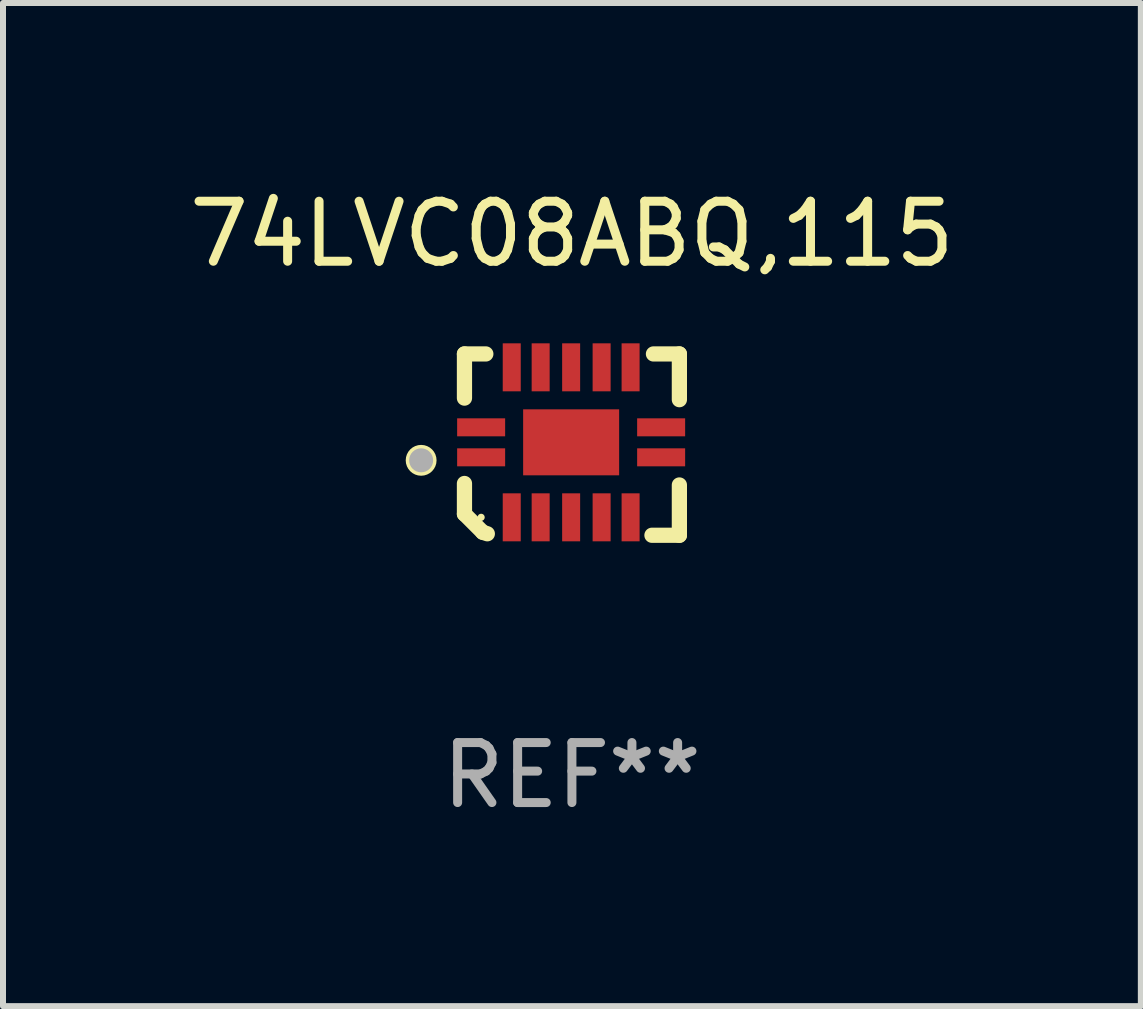
<source format=kicad_pcb>
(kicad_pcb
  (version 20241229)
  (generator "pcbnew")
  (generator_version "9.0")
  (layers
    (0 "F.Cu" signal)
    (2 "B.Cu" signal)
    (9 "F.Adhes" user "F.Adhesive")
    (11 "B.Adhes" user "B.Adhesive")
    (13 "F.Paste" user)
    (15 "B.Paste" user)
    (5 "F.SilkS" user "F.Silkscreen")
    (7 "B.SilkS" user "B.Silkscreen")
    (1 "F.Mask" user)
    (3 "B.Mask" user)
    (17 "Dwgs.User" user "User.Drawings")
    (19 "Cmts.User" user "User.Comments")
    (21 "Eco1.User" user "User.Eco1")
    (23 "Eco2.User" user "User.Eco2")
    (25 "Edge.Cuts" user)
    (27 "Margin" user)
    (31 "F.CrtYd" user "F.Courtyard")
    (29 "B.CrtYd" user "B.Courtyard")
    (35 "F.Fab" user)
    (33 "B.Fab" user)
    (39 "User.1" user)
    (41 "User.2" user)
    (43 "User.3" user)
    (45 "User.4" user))
  (footprint "74LVC08ABQ,115"
    (layer "F.Cu")
    (at 6.482 4.36)
    (property "Reference" "74LVC08ABQ,115" (at 0 -3.511 0) (layer "F.SilkS") (effects (font (size 1 1) (thickness 0.15))))
    (attr through_hole)
    (fp_line (start -1.791 -1.511) (end -1.435 -1.511) (stroke (width 0.254) (type solid)) (layer "F.SilkS"))
    (fp_line (start -1.791 -0.775) (end -1.791 -1.511) (stroke (width 0.254) (type solid)) (layer "F.SilkS"))
    (fp_line (start -1.791 1.156) (end -1.791 0.648) (stroke (width 0.254) (type solid)) (layer "F.SilkS"))
    (fp_line (start -1.486 1.461) (end -1.791 1.156) (stroke (width 0.254) (type solid)) (layer "F.SilkS"))
    (fp_line (start -1.41 1.486) (end -1.486 1.461) (stroke (width 0.254) (type solid)) (layer "F.SilkS"))
    (fp_line (start 1.334 1.511) (end 1.791 1.511) (stroke (width 0.254) (type solid)) (layer "F.SilkS"))
    (fp_line (start 1.791 -1.511) (end 1.359 -1.511) (stroke (width 0.254) (type solid)) (layer "F.SilkS"))
    (fp_line (start 1.791 -0.749) (end 1.791 -1.511) (stroke (width 0.254) (type solid)) (layer "F.SilkS"))
    (fp_line (start 1.791 1.511) (end 1.791 0.673) (stroke (width 0.254) (type solid)) (layer "F.SilkS"))
    (fp_circle (center -2.513 0.262) (end -2.383 0.262) (stroke (width 0.254) (type solid)) (fill no) (layer "F.SilkS"))
    (fp_circle (center -1.513 1.212) (end -1.483 1.212) (stroke (width 0.06) (type solid)) (fill no) (layer "F.SilkS"))
    (fp_circle (center -2.513 0.262) (end -2.413 0.262) (stroke (width 0.2) (type solid)) (fill no) (layer "F.Fab"))
    (fp_text user "REF**" (at 0 5.511 0) (layer "F.Fab") (effects (font (size 1 1) (thickness 0.15))))
    (pad "1" smd rect (at -1.513 0.212) (size 0.8 0.3) (layers "F.Cu" "F.Mask" "F.Paste"))
    (pad "2" smd rect (at -1.003 1.212) (size 0.3 0.8) (layers "F.Cu" "F.Mask" "F.Paste"))
    (pad "3" smd rect (at -0.521 1.212) (size 0.3 0.8) (layers "F.Cu" "F.Mask" "F.Paste"))
    (pad "4" smd rect (at -0.013 1.212) (size 0.3 0.8) (layers "F.Cu" "F.Mask" "F.Paste"))
    (pad "5" smd rect (at 0.495 1.212) (size 0.3 0.8) (layers "F.Cu" "F.Mask" "F.Paste"))
    (pad "6" smd rect (at 0.978 1.212) (size 0.3 0.8) (layers "F.Cu" "F.Mask" "F.Paste"))
    (pad "7" smd rect (at 1.487 0.212) (size 0.8 0.3) (layers "F.Cu" "F.Mask" "F.Paste"))
    (pad "8" smd rect (at 1.487 -0.288) (size 0.8 0.3) (layers "F.Cu" "F.Mask" "F.Paste"))
    (pad "9" smd rect (at 0.978 -1.288) (size 0.3 0.8) (layers "F.Cu" "F.Mask" "F.Paste"))
    (pad "10" smd rect (at 0.495 -1.288) (size 0.3 0.8) (layers "F.Cu" "F.Mask" "F.Paste"))
    (pad "11" smd rect (at -0.013 -1.288) (size 0.3 0.8) (layers "F.Cu" "F.Mask" "F.Paste"))
    (pad "12" smd rect (at -0.521 -1.288) (size 0.3 0.8) (layers "F.Cu" "F.Mask" "F.Paste"))
    (pad "13" smd rect (at -1.003 -1.288) (size 0.3 0.8) (layers "F.Cu" "F.Mask" "F.Paste"))
    (pad "14" smd rect (at -1.513 -0.288) (size 0.8 0.3) (layers "F.Cu" "F.Mask" "F.Paste"))
    (pad "15" smd rect (at -0.013 -0.038 90) (size 1.1 1.6) (layers "F.Cu" "F.Mask" "F.Paste")))
  (gr_rect
    (start -3 -3)
    (end 15.964 13.719)
    (stroke (width 0.1) (type default))
    (fill no)
    (layer "Edge.Cuts")))
</source>
